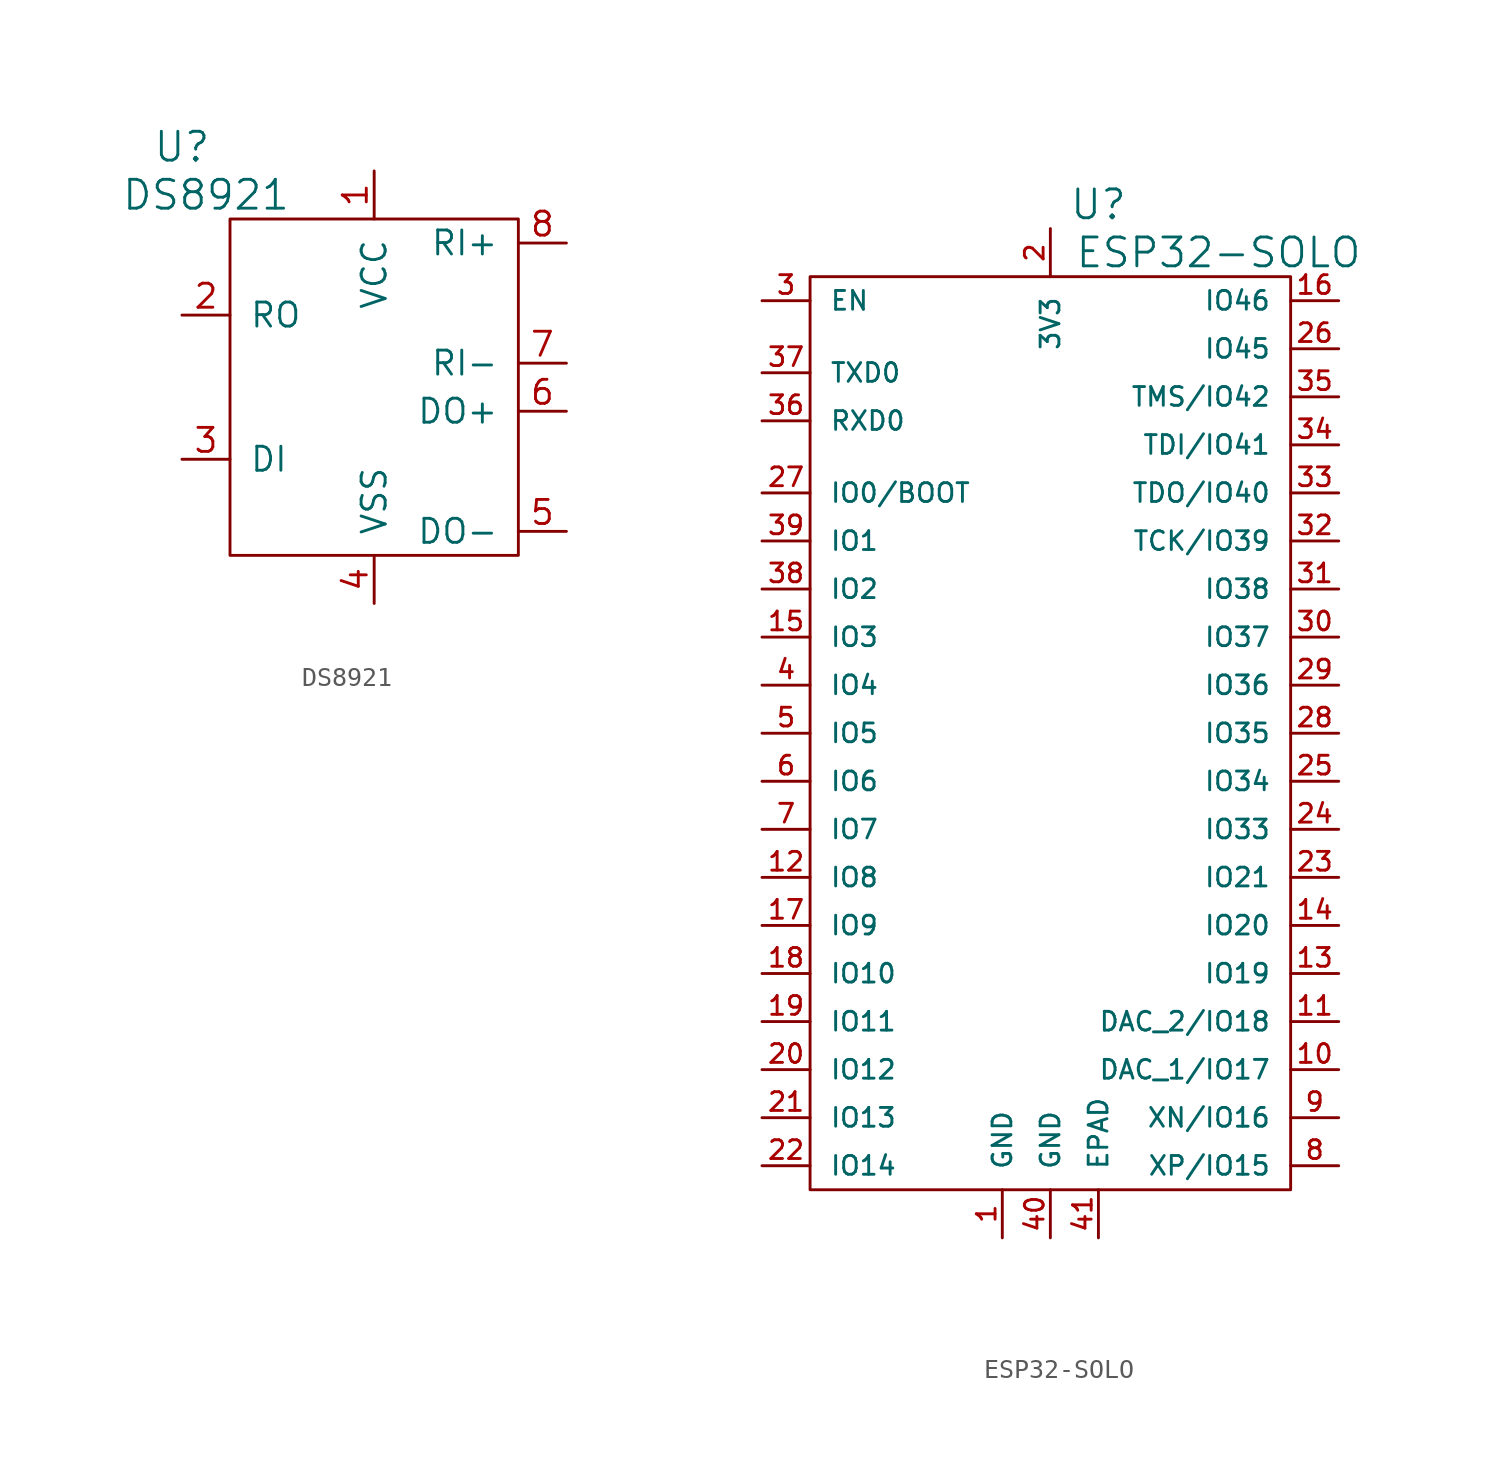
<source format=kicad_sym>
(kicad_symbol_lib
  (version 20220914)
  (generator kicad_symbol_editor)
  (symbol "DS8921"
    (pin_names
      (offset 1.016))
    (property "Reference" "U"
      (at -10.16 12.7 0)
      (effects (font (size 1.524 1.524))))
    (property "Value" "DS8921"
      (at -8.89 10.16 0)
      (effects (font (size 1.524 1.524))))
    (property "Footprint" ""
      (at -2.54 -2.54 0)
      (effects (font (size 1.524 1.524))))
    (property "Datasheet" ""
      (at 0 0 0)
      (effects (font (size 1.524 1.524))))
    (symbol "DS8921_0_1"
      (rectangle (start -7.62 8.89) (end 7.62 -8.89) (stroke (width 0) (type solid)) (fill (type none))))
    (symbol "DS8921_1_1"
      (pin passive line (at 0 11.43 270) (length 2.54) (name "VCC" (effects (font (size 1.27 1.27)))) (number "1" (effects (font (size 1.27 1.27)))))
      (pin passive line (at -10.16 3.81 0) (length 2.54) (name "RO" (effects (font (size 1.27 1.27)))) (number "2" (effects (font (size 1.27 1.27)))))
      (pin passive line (at -10.16 -3.81 0) (length 2.54) (name "DI" (effects (font (size 1.27 1.27)))) (number "3" (effects (font (size 1.27 1.27)))))
      (pin passive line (at 0 -11.43 90) (length 2.54) (name "VSS" (effects (font (size 1.27 1.27)))) (number "4" (effects (font (size 1.27 1.27)))))
      (pin passive line (at 10.16 -7.62 180) (length 2.54) (name "DO-" (effects (font (size 1.27 1.27)))) (number "5" (effects (font (size 1.27 1.27)))))
      (pin passive line (at 10.16 -1.27 180) (length 2.54) (name "DO+" (effects (font (size 1.27 1.27)))) (number "6" (effects (font (size 1.27 1.27)))))
      (pin passive line (at 10.16 1.27 180) (length 2.54) (name "RI-" (effects (font (size 1.27 1.27)))) (number "7" (effects (font (size 1.27 1.27)))))
      (pin passive line (at 10.16 7.62 180) (length 2.54) (name "RI+" (effects (font (size 1.27 1.27)))) (number "8" (effects (font (size 1.27 1.27)))))))
  (symbol "ESP32-SOLO"
    (pin_names
      (offset 1.016))
    (property "Reference" "U"
      (at 2.54 27.94 0)
      (effects (font (size 1.524 1.524))))
    (property "Value" "ESP32-SOLO"
      (at 8.89 25.4 0)
      (effects (font (size 1.524 1.524))))
    (property "Footprint" ""
      (at 0 0 0)
      (effects (font (size 1.524 1.524))))
    (property "Datasheet" ""
      (at 0 0 0)
      (effects (font (size 1.524 1.524))))
    (symbol "ESP32-SOLO_0_1"
      (rectangle (start -12.7 24.13) (end 12.7 -24.13) (stroke (width 0) (type solid)) (fill (type none))))
    (symbol "ESP32-SOLO_1_1"
      (pin passive line (at -2.54 -26.67 90) (length 2.54) (name "GND" (effects (font (size 0.991 0.991)))) (number "1" (effects (font (size 0.991 0.991)))))
      (pin passive line (at 15.24 -17.78 180) (length 2.54) (name "DAC_1/IO17" (effects (font (size 0.991 0.991)))) (number "10" (effects (font (size 0.991 0.991)))))
      (pin passive line (at 15.24 -15.24 180) (length 2.54) (name "DAC_2/IO18" (effects (font (size 0.991 0.991)))) (number "11" (effects (font (size 0.991 0.991)))))
      (pin passive line (at -15.24 -7.62 0) (length 2.54) (name "IO8" (effects (font (size 0.991 0.991)))) (number "12" (effects (font (size 0.991 0.991)))))
      (pin passive line (at 15.24 -12.7 180) (length 2.54) (name "IO19" (effects (font (size 0.991 0.991)))) (number "13" (effects (font (size 0.991 0.991)))))
      (pin passive line (at 15.24 -10.16 180) (length 2.54) (name "IO20" (effects (font (size 0.991 0.991)))) (number "14" (effects (font (size 0.991 0.991)))))
      (pin passive line (at -15.24 5.08 0) (length 2.54) (name "IO3" (effects (font (size 0.991 0.991)))) (number "15" (effects (font (size 0.991 0.991)))))
      (pin passive line (at 15.24 22.86 180) (length 2.54) (name "IO46" (effects (font (size 0.991 0.991)))) (number "16" (effects (font (size 0.991 0.991)))))
      (pin passive line (at -15.24 -10.16 0) (length 2.54) (name "IO9" (effects (font (size 0.991 0.991)))) (number "17" (effects (font (size 0.991 0.991)))))
      (pin passive line (at -15.24 -12.7 0) (length 2.54) (name "IO10" (effects (font (size 0.991 0.991)))) (number "18" (effects (font (size 0.991 0.991)))))
      (pin passive line (at -15.24 -15.24 0) (length 2.54) (name "IO11" (effects (font (size 0.991 0.991)))) (number "19" (effects (font (size 0.991 0.991)))))
      (pin passive line (at 0 26.67 270) (length 2.54) (name "3V3" (effects (font (size 0.991 0.991)))) (number "2" (effects (font (size 0.991 0.991)))))
      (pin passive line (at -15.24 -17.78 0) (length 2.54) (name "IO12" (effects (font (size 0.991 0.991)))) (number "20" (effects (font (size 0.991 0.991)))))
      (pin passive line (at -15.24 -20.32 0) (length 2.54) (name "IO13" (effects (font (size 0.991 0.991)))) (number "21" (effects (font (size 0.991 0.991)))))
      (pin passive line (at -15.24 -22.86 0) (length 2.54) (name "IO14" (effects (font (size 0.991 0.991)))) (number "22" (effects (font (size 0.991 0.991)))))
      (pin passive line (at 15.24 -7.62 180) (length 2.54) (name "IO21" (effects (font (size 0.991 0.991)))) (number "23" (effects (font (size 0.991 0.991)))))
      (pin passive line (at 15.24 -5.08 180) (length 2.54) (name "IO33" (effects (font (size 0.991 0.991)))) (number "24" (effects (font (size 0.991 0.991)))))
      (pin passive line (at 15.24 -2.54 180) (length 2.54) (name "IO34" (effects (font (size 0.991 0.991)))) (number "25" (effects (font (size 0.991 0.991)))))
      (pin passive line (at 15.24 20.32 180) (length 2.54) (name "IO45" (effects (font (size 0.991 0.991)))) (number "26" (effects (font (size 0.991 0.991)))))
      (pin passive line (at -15.24 12.7 0) (length 2.54) (name "IO0/BOOT" (effects (font (size 0.991 0.991)))) (number "27" (effects (font (size 0.991 0.991)))))
      (pin passive line (at 15.24 0 180) (length 2.54) (name "IO35" (effects (font (size 0.991 0.991)))) (number "28" (effects (font (size 0.991 0.991)))))
      (pin passive line (at 15.24 2.54 180) (length 2.54) (name "IO36" (effects (font (size 0.991 0.991)))) (number "29" (effects (font (size 0.991 0.991)))))
      (pin passive line (at -15.24 22.86 0) (length 2.54) (name "EN" (effects (font (size 0.991 0.991)))) (number "3" (effects (font (size 0.991 0.991)))))
      (pin passive line (at 15.24 5.08 180) (length 2.54) (name "IO37" (effects (font (size 0.991 0.991)))) (number "30" (effects (font (size 0.991 0.991)))))
      (pin passive line (at 15.24 7.62 180) (length 2.54) (name "IO38" (effects (font (size 0.991 0.991)))) (number "31" (effects (font (size 0.991 0.991)))))
      (pin passive line (at 15.24 10.16 180) (length 2.54) (name "TCK/IO39" (effects (font (size 0.991 0.991)))) (number "32" (effects (font (size 0.991 0.991)))))
      (pin passive line (at 15.24 12.7 180) (length 2.54) (name "TDO/IO40" (effects (font (size 0.991 0.991)))) (number "33" (effects (font (size 0.991 0.991)))))
      (pin passive line (at 15.24 15.24 180) (length 2.54) (name "TDI/IO41" (effects (font (size 0.991 0.991)))) (number "34" (effects (font (size 0.991 0.991)))))
      (pin passive line (at 15.24 17.78 180) (length 2.54) (name "TMS/IO42" (effects (font (size 0.991 0.991)))) (number "35" (effects (font (size 0.991 0.991)))))
      (pin passive line (at -15.24 16.51 0) (length 2.54) (name "RXD0" (effects (font (size 0.991 0.991)))) (number "36" (effects (font (size 0.991 0.991)))))
      (pin passive line (at -15.24 19.05 0) (length 2.54) (name "TXD0" (effects (font (size 0.991 0.991)))) (number "37" (effects (font (size 0.991 0.991)))))
      (pin passive line (at -15.24 7.62 0) (length 2.54) (name "IO2" (effects (font (size 0.991 0.991)))) (number "38" (effects (font (size 0.991 0.991)))))
      (pin passive line (at -15.24 10.16 0) (length 2.54) (name "IO1" (effects (font (size 0.991 0.991)))) (number "39" (effects (font (size 0.991 0.991)))))
      (pin passive line (at -15.24 2.54 0) (length 2.54) (name "IO4" (effects (font (size 0.991 0.991)))) (number "4" (effects (font (size 0.991 0.991)))))
      (pin passive line (at 0 -26.67 90) (length 2.54) (name "GND" (effects (font (size 0.991 0.991)))) (number "40" (effects (font (size 0.991 0.991)))))
      (pin passive line (at 2.54 -26.67 90) (length 2.54) (name "EPAD" (effects (font (size 0.991 0.991)))) (number "41" (effects (font (size 0.991 0.991)))))
      (pin passive line (at -15.24 0 0) (length 2.54) (name "IO5" (effects (font (size 0.991 0.991)))) (number "5" (effects (font (size 0.991 0.991)))))
      (pin passive line (at -15.24 -2.54 0) (length 2.54) (name "IO6" (effects (font (size 0.991 0.991)))) (number "6" (effects (font (size 0.991 0.991)))))
      (pin passive line (at -15.24 -5.08 0) (length 2.54) (name "IO7" (effects (font (size 0.991 0.991)))) (number "7" (effects (font (size 0.991 0.991)))))
      (pin passive line (at 15.24 -22.86 180) (length 2.54) (name "XP/IO15" (effects (font (size 0.991 0.991)))) (number "8" (effects (font (size 0.991 0.991)))))
      (pin passive line (at 15.24 -20.32 180) (length 2.54) (name "XN/IO16" (effects (font (size 0.991 0.991)))) (number "9" (effects (font (size 0.991 0.991))))))))
</source>
